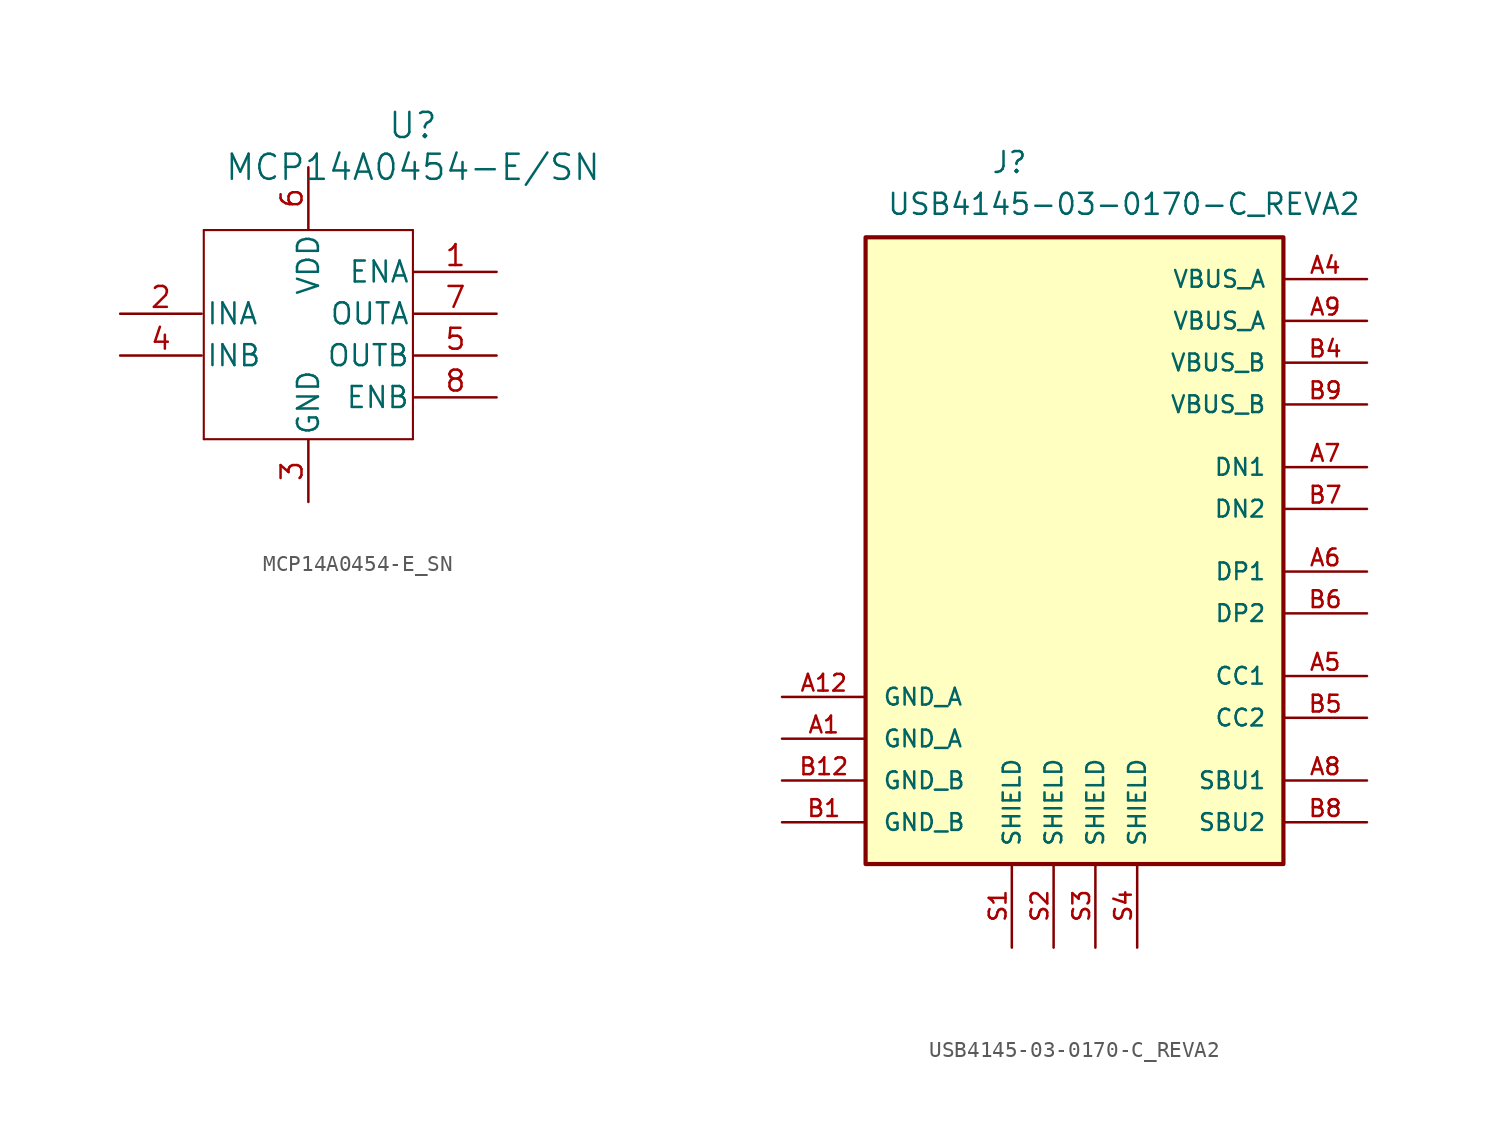
<source format=kicad_sym>
(kicad_symbol_lib
  (version 20241209)
  (generator "kicad_symbol_editor")
  (generator_version "9.0")
  (symbol "MCP14A0454-E_SN"
    (pin_names
      (offset 0.254))
    (property "Reference" "U"
      (at 20.32 10.16 0)
      (effects (font (size 1.524 1.524))))
    (property "Value" "MCP14A0454-E/SN"
      (at 20.32 7.62 0)
      (effects (font (size 1.524 1.524))))
    (symbol "MCP14A0454-E_SN_0_1"
      (polyline (pts (xy 7.62 3.81) (xy 7.62 -8.89)) (stroke (width 0.127) (type default)) (fill (type none)))
      (polyline (pts (xy 7.62 -8.89) (xy 20.32 -8.89)) (stroke (width 0.127) (type default)) (fill (type none)))
      (polyline (pts (xy 20.32 3.81) (xy 7.62 3.81)) (stroke (width 0.127) (type default)) (fill (type none)))
      (polyline (pts (xy 20.32 -8.89) (xy 20.32 3.81)) (stroke (width 0.127) (type default)) (fill (type none))))
    (symbol "MCP14A0454-E_SN_1_1"
      (pin input line (at 2.54 -1.27 0) (length 4.95) (name "INA" (effects (font (size 1.27 1.27)))) (number "2" (effects (font (size 1.27 1.27)))))
      (pin input line (at 2.54 -3.81 0) (length 4.95) (name "INB" (effects (font (size 1.27 1.27)))) (number "4" (effects (font (size 1.27 1.27)))))
      (pin power_in line (at 13.97 7.62 270) (length 3.75) (name "VDD" (effects (font (size 1.27 1.27)))) (number "6" (effects (font (size 1.27 1.27)))))
      (pin power_out line (at 13.97 -12.7 90) (length 3.75) (name "GND" (effects (font (size 1.27 1.27)))) (number "3" (effects (font (size 1.27 1.27)))))
      (pin input line (at 25.4 1.27 180) (length 4.99) (name "ENA" (effects (font (size 1.27 1.27)))) (number "1" (effects (font (size 1.27 1.27)))))
      (pin output line (at 25.4 -1.27 180) (length 4.99) (name "OUTA" (effects (font (size 1.27 1.27)))) (number "7" (effects (font (size 1.27 1.27)))))
      (pin output line (at 25.4 -3.81 180) (length 4.99) (name "OUTB" (effects (font (size 1.27 1.27)))) (number "5" (effects (font (size 1.27 1.27)))))
      (pin input line (at 25.4 -6.35 180) (length 4.99) (name "ENB" (effects (font (size 1.27 1.27)))) (number "8" (effects (font (size 1.27 1.27)))))))
  (symbol "USB4145-03-0170-C_REVA2"
    (pin_names
      (offset 1.016))
    (property "Reference" "J"
      (at -5.08 29.21 0)
      (effects (font (size 1.27 1.27)) (justify left bottom)))
    (property "Value" "USB4145-03-0170-C_REVA2"
      (at -11.43 26.67 0)
      (effects (font (size 1.27 1.27)) (justify left bottom)))
    (symbol "USB4145-03-0170-C_REVA2_0_0"
      (rectangle (start -12.7 25.4) (end 12.7 -12.7) (stroke (width 0.254) (type default)) (fill (type background)))
      (pin power_in line (at -17.78 -2.54 0) (length 5.08) (name "GND_A" (effects (font (size 1.016 1.016)))) (number "A12" (effects (font (size 1.016 1.016)))))
      (pin power_in line (at -17.78 -5.08 0) (length 5.08) (name "GND_A" (effects (font (size 1.016 1.016)))) (number "A1" (effects (font (size 1.016 1.016)))))
      (pin power_in line (at -17.78 -7.62 0) (length 5.08) (name "GND_B" (effects (font (size 1.016 1.016)))) (number "B12" (effects (font (size 1.016 1.016)))))
      (pin power_in line (at -17.78 -10.16 0) (length 5.08) (name "GND_B" (effects (font (size 1.016 1.016)))) (number "B1" (effects (font (size 1.016 1.016)))))
      (pin passive line (at -3.81 -17.78 90) (length 5.08) (name "SHIELD" (effects (font (size 1.016 1.016)))) (number "S1" (effects (font (size 1.016 1.016)))))
      (pin passive line (at -1.27 -17.78 90) (length 5.08) (name "SHIELD" (effects (font (size 1.016 1.016)))) (number "S2" (effects (font (size 1.016 1.016)))))
      (pin passive line (at 1.27 -17.78 90) (length 5.08) (name "SHIELD" (effects (font (size 1.016 1.016)))) (number "S3" (effects (font (size 1.016 1.016)))))
      (pin passive line (at 3.81 -17.78 90) (length 5.08) (name "SHIELD" (effects (font (size 1.016 1.016)))) (number "S4" (effects (font (size 1.016 1.016)))))
      (pin power_in line (at 17.78 22.86 180) (length 5.08) (name "VBUS_A" (effects (font (size 1.016 1.016)))) (number "A4" (effects (font (size 1.016 1.016)))))
      (pin power_in line (at 17.78 20.32 180) (length 5.08) (name "VBUS_A" (effects (font (size 1.016 1.016)))) (number "A9" (effects (font (size 1.016 1.016)))))
      (pin power_in line (at 17.78 17.78 180) (length 5.08) (name "VBUS_B" (effects (font (size 1.016 1.016)))) (number "B4" (effects (font (size 1.016 1.016)))))
      (pin power_in line (at 17.78 15.24 180) (length 5.08) (name "VBUS_B" (effects (font (size 1.016 1.016)))) (number "B9" (effects (font (size 1.016 1.016)))))
      (pin bidirectional line (at 17.78 11.43 180) (length 5.08) (name "DN1" (effects (font (size 1.016 1.016)))) (number "A7" (effects (font (size 1.016 1.016)))))
      (pin bidirectional line (at 17.78 8.89 180) (length 5.08) (name "DN2" (effects (font (size 1.016 1.016)))) (number "B7" (effects (font (size 1.016 1.016)))))
      (pin bidirectional line (at 17.78 5.08 180) (length 5.08) (name "DP1" (effects (font (size 1.016 1.016)))) (number "A6" (effects (font (size 1.016 1.016)))))
      (pin bidirectional line (at 17.78 2.54 180) (length 5.08) (name "DP2" (effects (font (size 1.016 1.016)))) (number "B6" (effects (font (size 1.016 1.016)))))
      (pin bidirectional line (at 17.78 -1.27 180) (length 5.08) (name "CC1" (effects (font (size 1.016 1.016)))) (number "A5" (effects (font (size 1.016 1.016)))))
      (pin bidirectional line (at 17.78 -3.81 180) (length 5.08) (name "CC2" (effects (font (size 1.016 1.016)))) (number "B5" (effects (font (size 1.016 1.016)))))
      (pin bidirectional line (at 17.78 -7.62 180) (length 5.08) (name "SBU1" (effects (font (size 1.016 1.016)))) (number "A8" (effects (font (size 1.016 1.016)))))
      (pin bidirectional line (at 17.78 -10.16 180) (length 5.08) (name "SBU2" (effects (font (size 1.016 1.016)))) (number "B8" (effects (font (size 1.016 1.016))))))))
</source>
